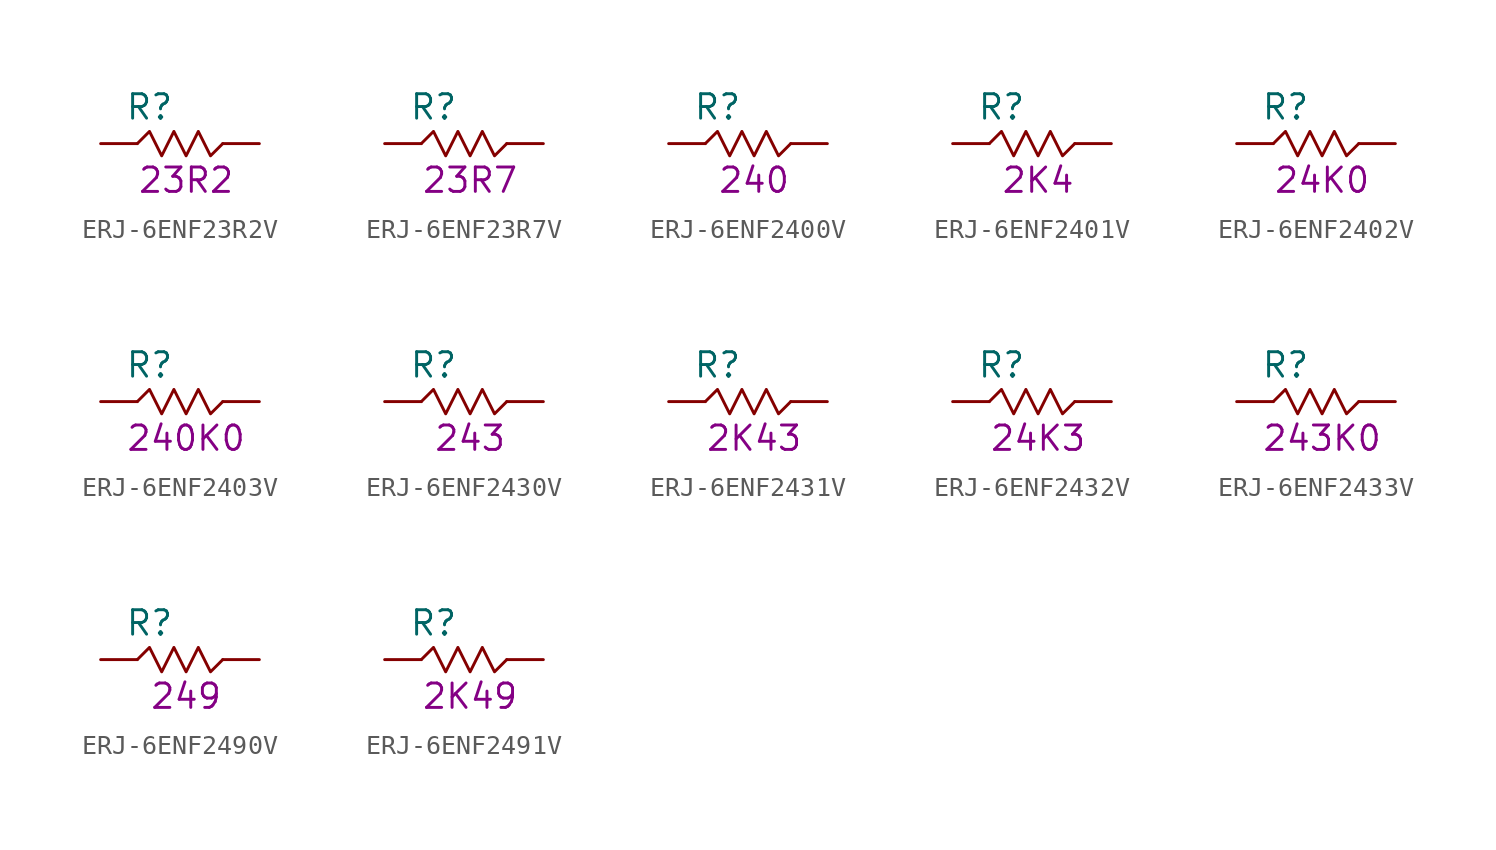
<source format=kicad_sym>
(kicad_symbol_lib
  (version 20211014)
  (generator KiCadLib_py)
  (symbol "ERJ-6ENF23R2V"
    (pin_numbers hide)
    (pin_names hide)
    (property "Reference" "R"
      (at -1.905 1.905 0)
      (effects (font (size 1.27 1.27))))
    (property "Val" "23R2"
      (at 0 -1.905 0)
      (effects (font (size 1.27 1.27))))
    (symbol "ERJ-6ENF23R2V_0_1"
      (polyline (pts (xy -2.54 0) (xy -1.905 0.635) (xy -1.27 -0.635) (xy -0.635 0.635) (xy 0 -0.635) (xy 0.635 0.635) (xy 1.27 -0.635) (xy 1.905 0)) (stroke (width 0) (type default) (color 0 0 0 0)) (fill (type none))))
    (symbol "ERJ-6ENF23R2V_1_1"
      (pin passive line (at -4.445 0 0) (length 1.905) (name "~" (effects (font (size 1.27 1.27)))) (number "1" (effects (font (size 1.27 1.27)))))
      (pin passive line (at 3.81 0 180) (length 1.905) (name "~" (effects (font (size 1.27 1.27)))) (number "2" (effects (font (size 1.27 1.27)))))))
  (symbol "ERJ-6ENF23R7V"
    (pin_numbers hide)
    (pin_names hide)
    (property "Reference" "R"
      (at -1.905 1.905 0)
      (effects (font (size 1.27 1.27))))
    (property "Val" "23R7"
      (at 0 -1.905 0)
      (effects (font (size 1.27 1.27))))
    (symbol "ERJ-6ENF23R7V_0_1"
      (polyline (pts (xy -2.54 0) (xy -1.905 0.635) (xy -1.27 -0.635) (xy -0.635 0.635) (xy 0 -0.635) (xy 0.635 0.635) (xy 1.27 -0.635) (xy 1.905 0)) (stroke (width 0) (type default) (color 0 0 0 0)) (fill (type none))))
    (symbol "ERJ-6ENF23R7V_1_1"
      (pin passive line (at -4.445 0 0) (length 1.905) (name "~" (effects (font (size 1.27 1.27)))) (number "1" (effects (font (size 1.27 1.27)))))
      (pin passive line (at 3.81 0 180) (length 1.905) (name "~" (effects (font (size 1.27 1.27)))) (number "2" (effects (font (size 1.27 1.27)))))))
  (symbol "ERJ-6ENF2400V"
    (pin_numbers hide)
    (pin_names hide)
    (property "Reference" "R"
      (at -1.905 1.905 0)
      (effects (font (size 1.27 1.27))))
    (property "Val" "240"
      (at 0 -1.905 0)
      (effects (font (size 1.27 1.27))))
    (symbol "ERJ-6ENF2400V_0_1"
      (polyline (pts (xy -2.54 0) (xy -1.905 0.635) (xy -1.27 -0.635) (xy -0.635 0.635) (xy 0 -0.635) (xy 0.635 0.635) (xy 1.27 -0.635) (xy 1.905 0)) (stroke (width 0) (type default) (color 0 0 0 0)) (fill (type none))))
    (symbol "ERJ-6ENF2400V_1_1"
      (pin passive line (at -4.445 0 0) (length 1.905) (name "~" (effects (font (size 1.27 1.27)))) (number "1" (effects (font (size 1.27 1.27)))))
      (pin passive line (at 3.81 0 180) (length 1.905) (name "~" (effects (font (size 1.27 1.27)))) (number "2" (effects (font (size 1.27 1.27)))))))
  (symbol "ERJ-6ENF2401V"
    (pin_numbers hide)
    (pin_names hide)
    (property "Reference" "R"
      (at -1.905 1.905 0)
      (effects (font (size 1.27 1.27))))
    (property "Val" "2K4"
      (at 0 -1.905 0)
      (effects (font (size 1.27 1.27))))
    (symbol "ERJ-6ENF2401V_0_1"
      (polyline (pts (xy -2.54 0) (xy -1.905 0.635) (xy -1.27 -0.635) (xy -0.635 0.635) (xy 0 -0.635) (xy 0.635 0.635) (xy 1.27 -0.635) (xy 1.905 0)) (stroke (width 0) (type default) (color 0 0 0 0)) (fill (type none))))
    (symbol "ERJ-6ENF2401V_1_1"
      (pin passive line (at -4.445 0 0) (length 1.905) (name "~" (effects (font (size 1.27 1.27)))) (number "1" (effects (font (size 1.27 1.27)))))
      (pin passive line (at 3.81 0 180) (length 1.905) (name "~" (effects (font (size 1.27 1.27)))) (number "2" (effects (font (size 1.27 1.27)))))))
  (symbol "ERJ-6ENF2402V"
    (pin_numbers hide)
    (pin_names hide)
    (property "Reference" "R"
      (at -1.905 1.905 0)
      (effects (font (size 1.27 1.27))))
    (property "Val" "24K0"
      (at 0 -1.905 0)
      (effects (font (size 1.27 1.27))))
    (symbol "ERJ-6ENF2402V_0_1"
      (polyline (pts (xy -2.54 0) (xy -1.905 0.635) (xy -1.27 -0.635) (xy -0.635 0.635) (xy 0 -0.635) (xy 0.635 0.635) (xy 1.27 -0.635) (xy 1.905 0)) (stroke (width 0) (type default) (color 0 0 0 0)) (fill (type none))))
    (symbol "ERJ-6ENF2402V_1_1"
      (pin passive line (at -4.445 0 0) (length 1.905) (name "~" (effects (font (size 1.27 1.27)))) (number "1" (effects (font (size 1.27 1.27)))))
      (pin passive line (at 3.81 0 180) (length 1.905) (name "~" (effects (font (size 1.27 1.27)))) (number "2" (effects (font (size 1.27 1.27)))))))
  (symbol "ERJ-6ENF2403V"
    (pin_numbers hide)
    (pin_names hide)
    (property "Reference" "R"
      (at -1.905 1.905 0)
      (effects (font (size 1.27 1.27))))
    (property "Val" "240K0"
      (at 0 -1.905 0)
      (effects (font (size 1.27 1.27))))
    (symbol "ERJ-6ENF2403V_0_1"
      (polyline (pts (xy -2.54 0) (xy -1.905 0.635) (xy -1.27 -0.635) (xy -0.635 0.635) (xy 0 -0.635) (xy 0.635 0.635) (xy 1.27 -0.635) (xy 1.905 0)) (stroke (width 0) (type default) (color 0 0 0 0)) (fill (type none))))
    (symbol "ERJ-6ENF2403V_1_1"
      (pin passive line (at -4.445 0 0) (length 1.905) (name "~" (effects (font (size 1.27 1.27)))) (number "1" (effects (font (size 1.27 1.27)))))
      (pin passive line (at 3.81 0 180) (length 1.905) (name "~" (effects (font (size 1.27 1.27)))) (number "2" (effects (font (size 1.27 1.27)))))))
  (symbol "ERJ-6ENF2430V"
    (pin_numbers hide)
    (pin_names hide)
    (property "Reference" "R"
      (at -1.905 1.905 0)
      (effects (font (size 1.27 1.27))))
    (property "Val" "243"
      (at 0 -1.905 0)
      (effects (font (size 1.27 1.27))))
    (symbol "ERJ-6ENF2430V_0_1"
      (polyline (pts (xy -2.54 0) (xy -1.905 0.635) (xy -1.27 -0.635) (xy -0.635 0.635) (xy 0 -0.635) (xy 0.635 0.635) (xy 1.27 -0.635) (xy 1.905 0)) (stroke (width 0) (type default) (color 0 0 0 0)) (fill (type none))))
    (symbol "ERJ-6ENF2430V_1_1"
      (pin passive line (at -4.445 0 0) (length 1.905) (name "~" (effects (font (size 1.27 1.27)))) (number "1" (effects (font (size 1.27 1.27)))))
      (pin passive line (at 3.81 0 180) (length 1.905) (name "~" (effects (font (size 1.27 1.27)))) (number "2" (effects (font (size 1.27 1.27)))))))
  (symbol "ERJ-6ENF2431V"
    (pin_numbers hide)
    (pin_names hide)
    (property "Reference" "R"
      (at -1.905 1.905 0)
      (effects (font (size 1.27 1.27))))
    (property "Val" "2K43"
      (at 0 -1.905 0)
      (effects (font (size 1.27 1.27))))
    (symbol "ERJ-6ENF2431V_0_1"
      (polyline (pts (xy -2.54 0) (xy -1.905 0.635) (xy -1.27 -0.635) (xy -0.635 0.635) (xy 0 -0.635) (xy 0.635 0.635) (xy 1.27 -0.635) (xy 1.905 0)) (stroke (width 0) (type default) (color 0 0 0 0)) (fill (type none))))
    (symbol "ERJ-6ENF2431V_1_1"
      (pin passive line (at -4.445 0 0) (length 1.905) (name "~" (effects (font (size 1.27 1.27)))) (number "1" (effects (font (size 1.27 1.27)))))
      (pin passive line (at 3.81 0 180) (length 1.905) (name "~" (effects (font (size 1.27 1.27)))) (number "2" (effects (font (size 1.27 1.27)))))))
  (symbol "ERJ-6ENF2432V"
    (pin_numbers hide)
    (pin_names hide)
    (property "Reference" "R"
      (at -1.905 1.905 0)
      (effects (font (size 1.27 1.27))))
    (property "Val" "24K3"
      (at 0 -1.905 0)
      (effects (font (size 1.27 1.27))))
    (symbol "ERJ-6ENF2432V_0_1"
      (polyline (pts (xy -2.54 0) (xy -1.905 0.635) (xy -1.27 -0.635) (xy -0.635 0.635) (xy 0 -0.635) (xy 0.635 0.635) (xy 1.27 -0.635) (xy 1.905 0)) (stroke (width 0) (type default) (color 0 0 0 0)) (fill (type none))))
    (symbol "ERJ-6ENF2432V_1_1"
      (pin passive line (at -4.445 0 0) (length 1.905) (name "~" (effects (font (size 1.27 1.27)))) (number "1" (effects (font (size 1.27 1.27)))))
      (pin passive line (at 3.81 0 180) (length 1.905) (name "~" (effects (font (size 1.27 1.27)))) (number "2" (effects (font (size 1.27 1.27)))))))
  (symbol "ERJ-6ENF2433V"
    (pin_numbers hide)
    (pin_names hide)
    (property "Reference" "R"
      (at -1.905 1.905 0)
      (effects (font (size 1.27 1.27))))
    (property "Val" "243K0"
      (at 0 -1.905 0)
      (effects (font (size 1.27 1.27))))
    (symbol "ERJ-6ENF2433V_0_1"
      (polyline (pts (xy -2.54 0) (xy -1.905 0.635) (xy -1.27 -0.635) (xy -0.635 0.635) (xy 0 -0.635) (xy 0.635 0.635) (xy 1.27 -0.635) (xy 1.905 0)) (stroke (width 0) (type default) (color 0 0 0 0)) (fill (type none))))
    (symbol "ERJ-6ENF2433V_1_1"
      (pin passive line (at -4.445 0 0) (length 1.905) (name "~" (effects (font (size 1.27 1.27)))) (number "1" (effects (font (size 1.27 1.27)))))
      (pin passive line (at 3.81 0 180) (length 1.905) (name "~" (effects (font (size 1.27 1.27)))) (number "2" (effects (font (size 1.27 1.27)))))))
  (symbol "ERJ-6ENF2490V"
    (pin_numbers hide)
    (pin_names hide)
    (property "Reference" "R"
      (at -1.905 1.905 0)
      (effects (font (size 1.27 1.27))))
    (property "Val" "249"
      (at 0 -1.905 0)
      (effects (font (size 1.27 1.27))))
    (symbol "ERJ-6ENF2490V_0_1"
      (polyline (pts (xy -2.54 0) (xy -1.905 0.635) (xy -1.27 -0.635) (xy -0.635 0.635) (xy 0 -0.635) (xy 0.635 0.635) (xy 1.27 -0.635) (xy 1.905 0)) (stroke (width 0) (type default) (color 0 0 0 0)) (fill (type none))))
    (symbol "ERJ-6ENF2490V_1_1"
      (pin passive line (at -4.445 0 0) (length 1.905) (name "~" (effects (font (size 1.27 1.27)))) (number "1" (effects (font (size 1.27 1.27)))))
      (pin passive line (at 3.81 0 180) (length 1.905) (name "~" (effects (font (size 1.27 1.27)))) (number "2" (effects (font (size 1.27 1.27)))))))
  (symbol "ERJ-6ENF2491V"
    (pin_numbers hide)
    (pin_names hide)
    (property "Reference" "R"
      (at -1.905 1.905 0)
      (effects (font (size 1.27 1.27))))
    (property "Val" "2K49"
      (at 0 -1.905 0)
      (effects (font (size 1.27 1.27))))
    (symbol "ERJ-6ENF2491V_0_1"
      (polyline (pts (xy -2.54 0) (xy -1.905 0.635) (xy -1.27 -0.635) (xy -0.635 0.635) (xy 0 -0.635) (xy 0.635 0.635) (xy 1.27 -0.635) (xy 1.905 0)) (stroke (width 0) (type default) (color 0 0 0 0)) (fill (type none))))
    (symbol "ERJ-6ENF2491V_1_1"
      (pin passive line (at -4.445 0 0) (length 1.905) (name "~" (effects (font (size 1.27 1.27)))) (number "1" (effects (font (size 1.27 1.27)))))
      (pin passive line (at 3.81 0 180) (length 1.905) (name "~" (effects (font (size 1.27 1.27)))) (number "2" (effects (font (size 1.27 1.27))))))))
</source>
